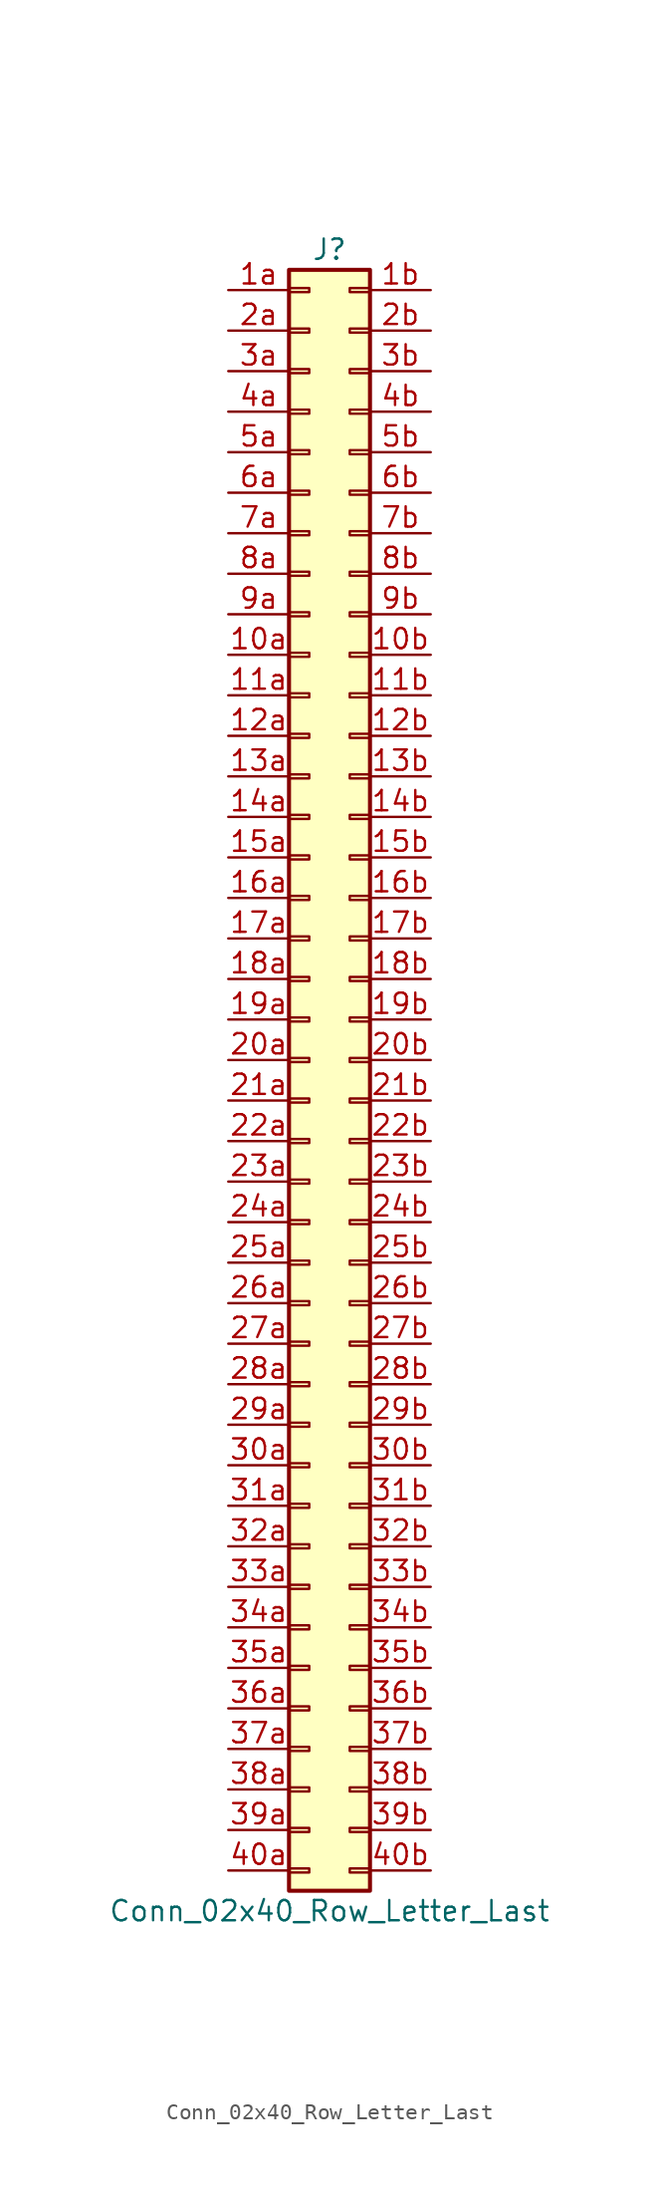
<source format=kicad_sym>
(kicad_symbol_lib
  (version 20220914)
  (generator kicad_symbol_editor)
  (symbol "Conn_02x40_Row_Letter_Last"
    (pin_names
      (offset 1.016) hide)
    (property "Reference" "J"
      (at 1.27 50.8 0)
      (effects (font (size 1.27 1.27))))
    (property "Value" "Conn_02x40_Row_Letter_Last"
      (at 1.27 -53.34 0)
      (effects (font (size 1.27 1.27))))
    (symbol "Conn_02x40_Row_Letter_Last_1_1"
      (rectangle (start -1.27 -50.673) (end 0 -50.927) (stroke (width 0.152) (type default)) (fill (type none)))
      (rectangle (start -1.27 -48.133) (end 0 -48.387) (stroke (width 0.152) (type default)) (fill (type none)))
      (rectangle (start -1.27 -45.593) (end 0 -45.847) (stroke (width 0.152) (type default)) (fill (type none)))
      (rectangle (start -1.27 -43.053) (end 0 -43.307) (stroke (width 0.152) (type default)) (fill (type none)))
      (rectangle (start -1.27 -40.513) (end 0 -40.767) (stroke (width 0.152) (type default)) (fill (type none)))
      (rectangle (start -1.27 -37.973) (end 0 -38.227) (stroke (width 0.152) (type default)) (fill (type none)))
      (rectangle (start -1.27 -35.433) (end 0 -35.687) (stroke (width 0.152) (type default)) (fill (type none)))
      (rectangle (start -1.27 -32.893) (end 0 -33.147) (stroke (width 0.152) (type default)) (fill (type none)))
      (rectangle (start -1.27 -30.353) (end 0 -30.607) (stroke (width 0.152) (type default)) (fill (type none)))
      (rectangle (start -1.27 -27.813) (end 0 -28.067) (stroke (width 0.152) (type default)) (fill (type none)))
      (rectangle (start -1.27 -25.273) (end 0 -25.527) (stroke (width 0.152) (type default)) (fill (type none)))
      (rectangle (start -1.27 -22.733) (end 0 -22.987) (stroke (width 0.152) (type default)) (fill (type none)))
      (rectangle (start -1.27 -20.193) (end 0 -20.447) (stroke (width 0.152) (type default)) (fill (type none)))
      (rectangle (start -1.27 -17.653) (end 0 -17.907) (stroke (width 0.152) (type default)) (fill (type none)))
      (rectangle (start -1.27 -15.113) (end 0 -15.367) (stroke (width 0.152) (type default)) (fill (type none)))
      (rectangle (start -1.27 -12.573) (end 0 -12.827) (stroke (width 0.152) (type default)) (fill (type none)))
      (rectangle (start -1.27 -10.033) (end 0 -10.287) (stroke (width 0.152) (type default)) (fill (type none)))
      (rectangle (start -1.27 -7.493) (end 0 -7.747) (stroke (width 0.152) (type default)) (fill (type none)))
      (rectangle (start -1.27 -4.953) (end 0 -5.207) (stroke (width 0.152) (type default)) (fill (type none)))
      (rectangle (start -1.27 -2.413) (end 0 -2.667) (stroke (width 0.152) (type default)) (fill (type none)))
      (rectangle (start -1.27 0.127) (end 0 -0.127) (stroke (width 0.152) (type default)) (fill (type none)))
      (rectangle (start -1.27 2.667) (end 0 2.413) (stroke (width 0.152) (type default)) (fill (type none)))
      (rectangle (start -1.27 5.207) (end 0 4.953) (stroke (width 0.152) (type default)) (fill (type none)))
      (rectangle (start -1.27 7.747) (end 0 7.493) (stroke (width 0.152) (type default)) (fill (type none)))
      (rectangle (start -1.27 10.287) (end 0 10.033) (stroke (width 0.152) (type default)) (fill (type none)))
      (rectangle (start -1.27 12.827) (end 0 12.573) (stroke (width 0.152) (type default)) (fill (type none)))
      (rectangle (start -1.27 15.367) (end 0 15.113) (stroke (width 0.152) (type default)) (fill (type none)))
      (rectangle (start -1.27 17.907) (end 0 17.653) (stroke (width 0.152) (type default)) (fill (type none)))
      (rectangle (start -1.27 20.447) (end 0 20.193) (stroke (width 0.152) (type default)) (fill (type none)))
      (rectangle (start -1.27 22.987) (end 0 22.733) (stroke (width 0.152) (type default)) (fill (type none)))
      (rectangle (start -1.27 25.527) (end 0 25.273) (stroke (width 0.152) (type default)) (fill (type none)))
      (rectangle (start -1.27 28.067) (end 0 27.813) (stroke (width 0.152) (type default)) (fill (type none)))
      (rectangle (start -1.27 30.607) (end 0 30.353) (stroke (width 0.152) (type default)) (fill (type none)))
      (rectangle (start -1.27 33.147) (end 0 32.893) (stroke (width 0.152) (type default)) (fill (type none)))
      (rectangle (start -1.27 35.687) (end 0 35.433) (stroke (width 0.152) (type default)) (fill (type none)))
      (rectangle (start -1.27 38.227) (end 0 37.973) (stroke (width 0.152) (type default)) (fill (type none)))
      (rectangle (start -1.27 40.767) (end 0 40.513) (stroke (width 0.152) (type default)) (fill (type none)))
      (rectangle (start -1.27 43.307) (end 0 43.053) (stroke (width 0.152) (type default)) (fill (type none)))
      (rectangle (start -1.27 45.847) (end 0 45.593) (stroke (width 0.152) (type default)) (fill (type none)))
      (rectangle (start -1.27 48.387) (end 0 48.133) (stroke (width 0.152) (type default)) (fill (type none)))
      (rectangle (start -1.27 49.53) (end 3.81 -52.07) (stroke (width 0.254) (type default)) (fill (type background)))
      (rectangle (start 3.81 -50.673) (end 2.54 -50.927) (stroke (width 0.152) (type default)) (fill (type none)))
      (rectangle (start 3.81 -48.133) (end 2.54 -48.387) (stroke (width 0.152) (type default)) (fill (type none)))
      (rectangle (start 3.81 -45.593) (end 2.54 -45.847) (stroke (width 0.152) (type default)) (fill (type none)))
      (rectangle (start 3.81 -43.053) (end 2.54 -43.307) (stroke (width 0.152) (type default)) (fill (type none)))
      (rectangle (start 3.81 -40.513) (end 2.54 -40.767) (stroke (width 0.152) (type default)) (fill (type none)))
      (rectangle (start 3.81 -37.973) (end 2.54 -38.227) (stroke (width 0.152) (type default)) (fill (type none)))
      (rectangle (start 3.81 -35.433) (end 2.54 -35.687) (stroke (width 0.152) (type default)) (fill (type none)))
      (rectangle (start 3.81 -32.893) (end 2.54 -33.147) (stroke (width 0.152) (type default)) (fill (type none)))
      (rectangle (start 3.81 -30.353) (end 2.54 -30.607) (stroke (width 0.152) (type default)) (fill (type none)))
      (rectangle (start 3.81 -27.813) (end 2.54 -28.067) (stroke (width 0.152) (type default)) (fill (type none)))
      (rectangle (start 3.81 -25.273) (end 2.54 -25.527) (stroke (width 0.152) (type default)) (fill (type none)))
      (rectangle (start 3.81 -22.733) (end 2.54 -22.987) (stroke (width 0.152) (type default)) (fill (type none)))
      (rectangle (start 3.81 -20.193) (end 2.54 -20.447) (stroke (width 0.152) (type default)) (fill (type none)))
      (rectangle (start 3.81 -17.653) (end 2.54 -17.907) (stroke (width 0.152) (type default)) (fill (type none)))
      (rectangle (start 3.81 -15.113) (end 2.54 -15.367) (stroke (width 0.152) (type default)) (fill (type none)))
      (rectangle (start 3.81 -12.573) (end 2.54 -12.827) (stroke (width 0.152) (type default)) (fill (type none)))
      (rectangle (start 3.81 -10.033) (end 2.54 -10.287) (stroke (width 0.152) (type default)) (fill (type none)))
      (rectangle (start 3.81 -7.493) (end 2.54 -7.747) (stroke (width 0.152) (type default)) (fill (type none)))
      (rectangle (start 3.81 -4.953) (end 2.54 -5.207) (stroke (width 0.152) (type default)) (fill (type none)))
      (rectangle (start 3.81 -2.413) (end 2.54 -2.667) (stroke (width 0.152) (type default)) (fill (type none)))
      (rectangle (start 3.81 0.127) (end 2.54 -0.127) (stroke (width 0.152) (type default)) (fill (type none)))
      (rectangle (start 3.81 2.667) (end 2.54 2.413) (stroke (width 0.152) (type default)) (fill (type none)))
      (rectangle (start 3.81 5.207) (end 2.54 4.953) (stroke (width 0.152) (type default)) (fill (type none)))
      (rectangle (start 3.81 7.747) (end 2.54 7.493) (stroke (width 0.152) (type default)) (fill (type none)))
      (rectangle (start 3.81 10.287) (end 2.54 10.033) (stroke (width 0.152) (type default)) (fill (type none)))
      (rectangle (start 3.81 12.827) (end 2.54 12.573) (stroke (width 0.152) (type default)) (fill (type none)))
      (rectangle (start 3.81 15.367) (end 2.54 15.113) (stroke (width 0.152) (type default)) (fill (type none)))
      (rectangle (start 3.81 17.907) (end 2.54 17.653) (stroke (width 0.152) (type default)) (fill (type none)))
      (rectangle (start 3.81 20.447) (end 2.54 20.193) (stroke (width 0.152) (type default)) (fill (type none)))
      (rectangle (start 3.81 22.987) (end 2.54 22.733) (stroke (width 0.152) (type default)) (fill (type none)))
      (rectangle (start 3.81 25.527) (end 2.54 25.273) (stroke (width 0.152) (type default)) (fill (type none)))
      (rectangle (start 3.81 28.067) (end 2.54 27.813) (stroke (width 0.152) (type default)) (fill (type none)))
      (rectangle (start 3.81 30.607) (end 2.54 30.353) (stroke (width 0.152) (type default)) (fill (type none)))
      (rectangle (start 3.81 33.147) (end 2.54 32.893) (stroke (width 0.152) (type default)) (fill (type none)))
      (rectangle (start 3.81 35.687) (end 2.54 35.433) (stroke (width 0.152) (type default)) (fill (type none)))
      (rectangle (start 3.81 38.227) (end 2.54 37.973) (stroke (width 0.152) (type default)) (fill (type none)))
      (rectangle (start 3.81 40.767) (end 2.54 40.513) (stroke (width 0.152) (type default)) (fill (type none)))
      (rectangle (start 3.81 43.307) (end 2.54 43.053) (stroke (width 0.152) (type default)) (fill (type none)))
      (rectangle (start 3.81 45.847) (end 2.54 45.593) (stroke (width 0.152) (type default)) (fill (type none)))
      (rectangle (start 3.81 48.387) (end 2.54 48.133) (stroke (width 0.152) (type default)) (fill (type none)))
      (pin passive line (at -5.08 25.4 0) (length 3.81) (name "Pin_10a" (effects (font (size 1.27 1.27)))) (number "10a" (effects (font (size 1.27 1.27)))))
      (pin passive line (at 7.62 25.4 180) (length 3.81) (name "Pin_10b" (effects (font (size 1.27 1.27)))) (number "10b" (effects (font (size 1.27 1.27)))))
      (pin passive line (at -5.08 22.86 0) (length 3.81) (name "Pin_11a" (effects (font (size 1.27 1.27)))) (number "11a" (effects (font (size 1.27 1.27)))))
      (pin passive line (at 7.62 22.86 180) (length 3.81) (name "Pin_11b" (effects (font (size 1.27 1.27)))) (number "11b" (effects (font (size 1.27 1.27)))))
      (pin passive line (at -5.08 20.32 0) (length 3.81) (name "Pin_12a" (effects (font (size 1.27 1.27)))) (number "12a" (effects (font (size 1.27 1.27)))))
      (pin passive line (at 7.62 20.32 180) (length 3.81) (name "Pin_12b" (effects (font (size 1.27 1.27)))) (number "12b" (effects (font (size 1.27 1.27)))))
      (pin passive line (at -5.08 17.78 0) (length 3.81) (name "Pin_13a" (effects (font (size 1.27 1.27)))) (number "13a" (effects (font (size 1.27 1.27)))))
      (pin passive line (at 7.62 17.78 180) (length 3.81) (name "Pin_13b" (effects (font (size 1.27 1.27)))) (number "13b" (effects (font (size 1.27 1.27)))))
      (pin passive line (at -5.08 15.24 0) (length 3.81) (name "Pin_14a" (effects (font (size 1.27 1.27)))) (number "14a" (effects (font (size 1.27 1.27)))))
      (pin passive line (at 7.62 15.24 180) (length 3.81) (name "Pin_14b" (effects (font (size 1.27 1.27)))) (number "14b" (effects (font (size 1.27 1.27)))))
      (pin passive line (at -5.08 12.7 0) (length 3.81) (name "Pin_15a" (effects (font (size 1.27 1.27)))) (number "15a" (effects (font (size 1.27 1.27)))))
      (pin passive line (at 7.62 12.7 180) (length 3.81) (name "Pin_15b" (effects (font (size 1.27 1.27)))) (number "15b" (effects (font (size 1.27 1.27)))))
      (pin passive line (at -5.08 10.16 0) (length 3.81) (name "Pin_16a" (effects (font (size 1.27 1.27)))) (number "16a" (effects (font (size 1.27 1.27)))))
      (pin passive line (at 7.62 10.16 180) (length 3.81) (name "Pin_16b" (effects (font (size 1.27 1.27)))) (number "16b" (effects (font (size 1.27 1.27)))))
      (pin passive line (at -5.08 7.62 0) (length 3.81) (name "Pin_17a" (effects (font (size 1.27 1.27)))) (number "17a" (effects (font (size 1.27 1.27)))))
      (pin passive line (at 7.62 7.62 180) (length 3.81) (name "Pin_17b" (effects (font (size 1.27 1.27)))) (number "17b" (effects (font (size 1.27 1.27)))))
      (pin passive line (at -5.08 5.08 0) (length 3.81) (name "Pin_18a" (effects (font (size 1.27 1.27)))) (number "18a" (effects (font (size 1.27 1.27)))))
      (pin passive line (at 7.62 5.08 180) (length 3.81) (name "Pin_18b" (effects (font (size 1.27 1.27)))) (number "18b" (effects (font (size 1.27 1.27)))))
      (pin passive line (at -5.08 2.54 0) (length 3.81) (name "Pin_19a" (effects (font (size 1.27 1.27)))) (number "19a" (effects (font (size 1.27 1.27)))))
      (pin passive line (at 7.62 2.54 180) (length 3.81) (name "Pin_19b" (effects (font (size 1.27 1.27)))) (number "19b" (effects (font (size 1.27 1.27)))))
      (pin passive line (at -5.08 48.26 0) (length 3.81) (name "Pin_1a" (effects (font (size 1.27 1.27)))) (number "1a" (effects (font (size 1.27 1.27)))))
      (pin passive line (at 7.62 48.26 180) (length 3.81) (name "Pin_1b" (effects (font (size 1.27 1.27)))) (number "1b" (effects (font (size 1.27 1.27)))))
      (pin passive line (at -5.08 0 0) (length 3.81) (name "Pin_20a" (effects (font (size 1.27 1.27)))) (number "20a" (effects (font (size 1.27 1.27)))))
      (pin passive line (at 7.62 0 180) (length 3.81) (name "Pin_20b" (effects (font (size 1.27 1.27)))) (number "20b" (effects (font (size 1.27 1.27)))))
      (pin passive line (at -5.08 -2.54 0) (length 3.81) (name "Pin_21a" (effects (font (size 1.27 1.27)))) (number "21a" (effects (font (size 1.27 1.27)))))
      (pin passive line (at 7.62 -2.54 180) (length 3.81) (name "Pin_21b" (effects (font (size 1.27 1.27)))) (number "21b" (effects (font (size 1.27 1.27)))))
      (pin passive line (at -5.08 -5.08 0) (length 3.81) (name "Pin_22a" (effects (font (size 1.27 1.27)))) (number "22a" (effects (font (size 1.27 1.27)))))
      (pin passive line (at 7.62 -5.08 180) (length 3.81) (name "Pin_22b" (effects (font (size 1.27 1.27)))) (number "22b" (effects (font (size 1.27 1.27)))))
      (pin passive line (at -5.08 -7.62 0) (length 3.81) (name "Pin_23a" (effects (font (size 1.27 1.27)))) (number "23a" (effects (font (size 1.27 1.27)))))
      (pin passive line (at 7.62 -7.62 180) (length 3.81) (name "Pin_23b" (effects (font (size 1.27 1.27)))) (number "23b" (effects (font (size 1.27 1.27)))))
      (pin passive line (at -5.08 -10.16 0) (length 3.81) (name "Pin_24a" (effects (font (size 1.27 1.27)))) (number "24a" (effects (font (size 1.27 1.27)))))
      (pin passive line (at 7.62 -10.16 180) (length 3.81) (name "Pin_24b" (effects (font (size 1.27 1.27)))) (number "24b" (effects (font (size 1.27 1.27)))))
      (pin passive line (at -5.08 -12.7 0) (length 3.81) (name "Pin_25a" (effects (font (size 1.27 1.27)))) (number "25a" (effects (font (size 1.27 1.27)))))
      (pin passive line (at 7.62 -12.7 180) (length 3.81) (name "Pin_25b" (effects (font (size 1.27 1.27)))) (number "25b" (effects (font (size 1.27 1.27)))))
      (pin passive line (at -5.08 -15.24 0) (length 3.81) (name "Pin_26a" (effects (font (size 1.27 1.27)))) (number "26a" (effects (font (size 1.27 1.27)))))
      (pin passive line (at 7.62 -15.24 180) (length 3.81) (name "Pin_26b" (effects (font (size 1.27 1.27)))) (number "26b" (effects (font (size 1.27 1.27)))))
      (pin passive line (at -5.08 -17.78 0) (length 3.81) (name "Pin_27a" (effects (font (size 1.27 1.27)))) (number "27a" (effects (font (size 1.27 1.27)))))
      (pin passive line (at 7.62 -17.78 180) (length 3.81) (name "Pin_27b" (effects (font (size 1.27 1.27)))) (number "27b" (effects (font (size 1.27 1.27)))))
      (pin passive line (at -5.08 -20.32 0) (length 3.81) (name "Pin_28a" (effects (font (size 1.27 1.27)))) (number "28a" (effects (font (size 1.27 1.27)))))
      (pin passive line (at 7.62 -20.32 180) (length 3.81) (name "Pin_28b" (effects (font (size 1.27 1.27)))) (number "28b" (effects (font (size 1.27 1.27)))))
      (pin passive line (at -5.08 -22.86 0) (length 3.81) (name "Pin_29a" (effects (font (size 1.27 1.27)))) (number "29a" (effects (font (size 1.27 1.27)))))
      (pin passive line (at 7.62 -22.86 180) (length 3.81) (name "Pin_29b" (effects (font (size 1.27 1.27)))) (number "29b" (effects (font (size 1.27 1.27)))))
      (pin passive line (at -5.08 45.72 0) (length 3.81) (name "Pin_2a" (effects (font (size 1.27 1.27)))) (number "2a" (effects (font (size 1.27 1.27)))))
      (pin passive line (at 7.62 45.72 180) (length 3.81) (name "Pin_2b" (effects (font (size 1.27 1.27)))) (number "2b" (effects (font (size 1.27 1.27)))))
      (pin passive line (at -5.08 -25.4 0) (length 3.81) (name "Pin_30a" (effects (font (size 1.27 1.27)))) (number "30a" (effects (font (size 1.27 1.27)))))
      (pin passive line (at 7.62 -25.4 180) (length 3.81) (name "Pin_30b" (effects (font (size 1.27 1.27)))) (number "30b" (effects (font (size 1.27 1.27)))))
      (pin passive line (at -5.08 -27.94 0) (length 3.81) (name "Pin_31a" (effects (font (size 1.27 1.27)))) (number "31a" (effects (font (size 1.27 1.27)))))
      (pin passive line (at 7.62 -27.94 180) (length 3.81) (name "Pin_31b" (effects (font (size 1.27 1.27)))) (number "31b" (effects (font (size 1.27 1.27)))))
      (pin passive line (at -5.08 -30.48 0) (length 3.81) (name "Pin_32a" (effects (font (size 1.27 1.27)))) (number "32a" (effects (font (size 1.27 1.27)))))
      (pin passive line (at 7.62 -30.48 180) (length 3.81) (name "Pin_32b" (effects (font (size 1.27 1.27)))) (number "32b" (effects (font (size 1.27 1.27)))))
      (pin passive line (at -5.08 -33.02 0) (length 3.81) (name "Pin_33a" (effects (font (size 1.27 1.27)))) (number "33a" (effects (font (size 1.27 1.27)))))
      (pin passive line (at 7.62 -33.02 180) (length 3.81) (name "Pin_33b" (effects (font (size 1.27 1.27)))) (number "33b" (effects (font (size 1.27 1.27)))))
      (pin passive line (at -5.08 -35.56 0) (length 3.81) (name "Pin_34a" (effects (font (size 1.27 1.27)))) (number "34a" (effects (font (size 1.27 1.27)))))
      (pin passive line (at 7.62 -35.56 180) (length 3.81) (name "Pin_34b" (effects (font (size 1.27 1.27)))) (number "34b" (effects (font (size 1.27 1.27)))))
      (pin passive line (at -5.08 -38.1 0) (length 3.81) (name "Pin_35a" (effects (font (size 1.27 1.27)))) (number "35a" (effects (font (size 1.27 1.27)))))
      (pin passive line (at 7.62 -38.1 180) (length 3.81) (name "Pin_35b" (effects (font (size 1.27 1.27)))) (number "35b" (effects (font (size 1.27 1.27)))))
      (pin passive line (at -5.08 -40.64 0) (length 3.81) (name "Pin_36a" (effects (font (size 1.27 1.27)))) (number "36a" (effects (font (size 1.27 1.27)))))
      (pin passive line (at 7.62 -40.64 180) (length 3.81) (name "Pin_36b" (effects (font (size 1.27 1.27)))) (number "36b" (effects (font (size 1.27 1.27)))))
      (pin passive line (at -5.08 -43.18 0) (length 3.81) (name "Pin_37a" (effects (font (size 1.27 1.27)))) (number "37a" (effects (font (size 1.27 1.27)))))
      (pin passive line (at 7.62 -43.18 180) (length 3.81) (name "Pin_37b" (effects (font (size 1.27 1.27)))) (number "37b" (effects (font (size 1.27 1.27)))))
      (pin passive line (at -5.08 -45.72 0) (length 3.81) (name "Pin_38a" (effects (font (size 1.27 1.27)))) (number "38a" (effects (font (size 1.27 1.27)))))
      (pin passive line (at 7.62 -45.72 180) (length 3.81) (name "Pin_38b" (effects (font (size 1.27 1.27)))) (number "38b" (effects (font (size 1.27 1.27)))))
      (pin passive line (at -5.08 -48.26 0) (length 3.81) (name "Pin_39a" (effects (font (size 1.27 1.27)))) (number "39a" (effects (font (size 1.27 1.27)))))
      (pin passive line (at 7.62 -48.26 180) (length 3.81) (name "Pin_39b" (effects (font (size 1.27 1.27)))) (number "39b" (effects (font (size 1.27 1.27)))))
      (pin passive line (at -5.08 43.18 0) (length 3.81) (name "Pin_3a" (effects (font (size 1.27 1.27)))) (number "3a" (effects (font (size 1.27 1.27)))))
      (pin passive line (at 7.62 43.18 180) (length 3.81) (name "Pin_3b" (effects (font (size 1.27 1.27)))) (number "3b" (effects (font (size 1.27 1.27)))))
      (pin passive line (at -5.08 -50.8 0) (length 3.81) (name "Pin_40a" (effects (font (size 1.27 1.27)))) (number "40a" (effects (font (size 1.27 1.27)))))
      (pin passive line (at 7.62 -50.8 180) (length 3.81) (name "Pin_40b" (effects (font (size 1.27 1.27)))) (number "40b" (effects (font (size 1.27 1.27)))))
      (pin passive line (at -5.08 40.64 0) (length 3.81) (name "Pin_4a" (effects (font (size 1.27 1.27)))) (number "4a" (effects (font (size 1.27 1.27)))))
      (pin passive line (at 7.62 40.64 180) (length 3.81) (name "Pin_4b" (effects (font (size 1.27 1.27)))) (number "4b" (effects (font (size 1.27 1.27)))))
      (pin passive line (at -5.08 38.1 0) (length 3.81) (name "Pin_5a" (effects (font (size 1.27 1.27)))) (number "5a" (effects (font (size 1.27 1.27)))))
      (pin passive line (at 7.62 38.1 180) (length 3.81) (name "Pin_5b" (effects (font (size 1.27 1.27)))) (number "5b" (effects (font (size 1.27 1.27)))))
      (pin passive line (at -5.08 35.56 0) (length 3.81) (name "Pin_6a" (effects (font (size 1.27 1.27)))) (number "6a" (effects (font (size 1.27 1.27)))))
      (pin passive line (at 7.62 35.56 180) (length 3.81) (name "Pin_6b" (effects (font (size 1.27 1.27)))) (number "6b" (effects (font (size 1.27 1.27)))))
      (pin passive line (at -5.08 33.02 0) (length 3.81) (name "Pin_7a" (effects (font (size 1.27 1.27)))) (number "7a" (effects (font (size 1.27 1.27)))))
      (pin passive line (at 7.62 33.02 180) (length 3.81) (name "Pin_7b" (effects (font (size 1.27 1.27)))) (number "7b" (effects (font (size 1.27 1.27)))))
      (pin passive line (at -5.08 30.48 0) (length 3.81) (name "Pin_8a" (effects (font (size 1.27 1.27)))) (number "8a" (effects (font (size 1.27 1.27)))))
      (pin passive line (at 7.62 30.48 180) (length 3.81) (name "Pin_8b" (effects (font (size 1.27 1.27)))) (number "8b" (effects (font (size 1.27 1.27)))))
      (pin passive line (at -5.08 27.94 0) (length 3.81) (name "Pin_9a" (effects (font (size 1.27 1.27)))) (number "9a" (effects (font (size 1.27 1.27)))))
      (pin passive line (at 7.62 27.94 180) (length 3.81) (name "Pin_9b" (effects (font (size 1.27 1.27)))) (number "9b" (effects (font (size 1.27 1.27))))))))
</source>
